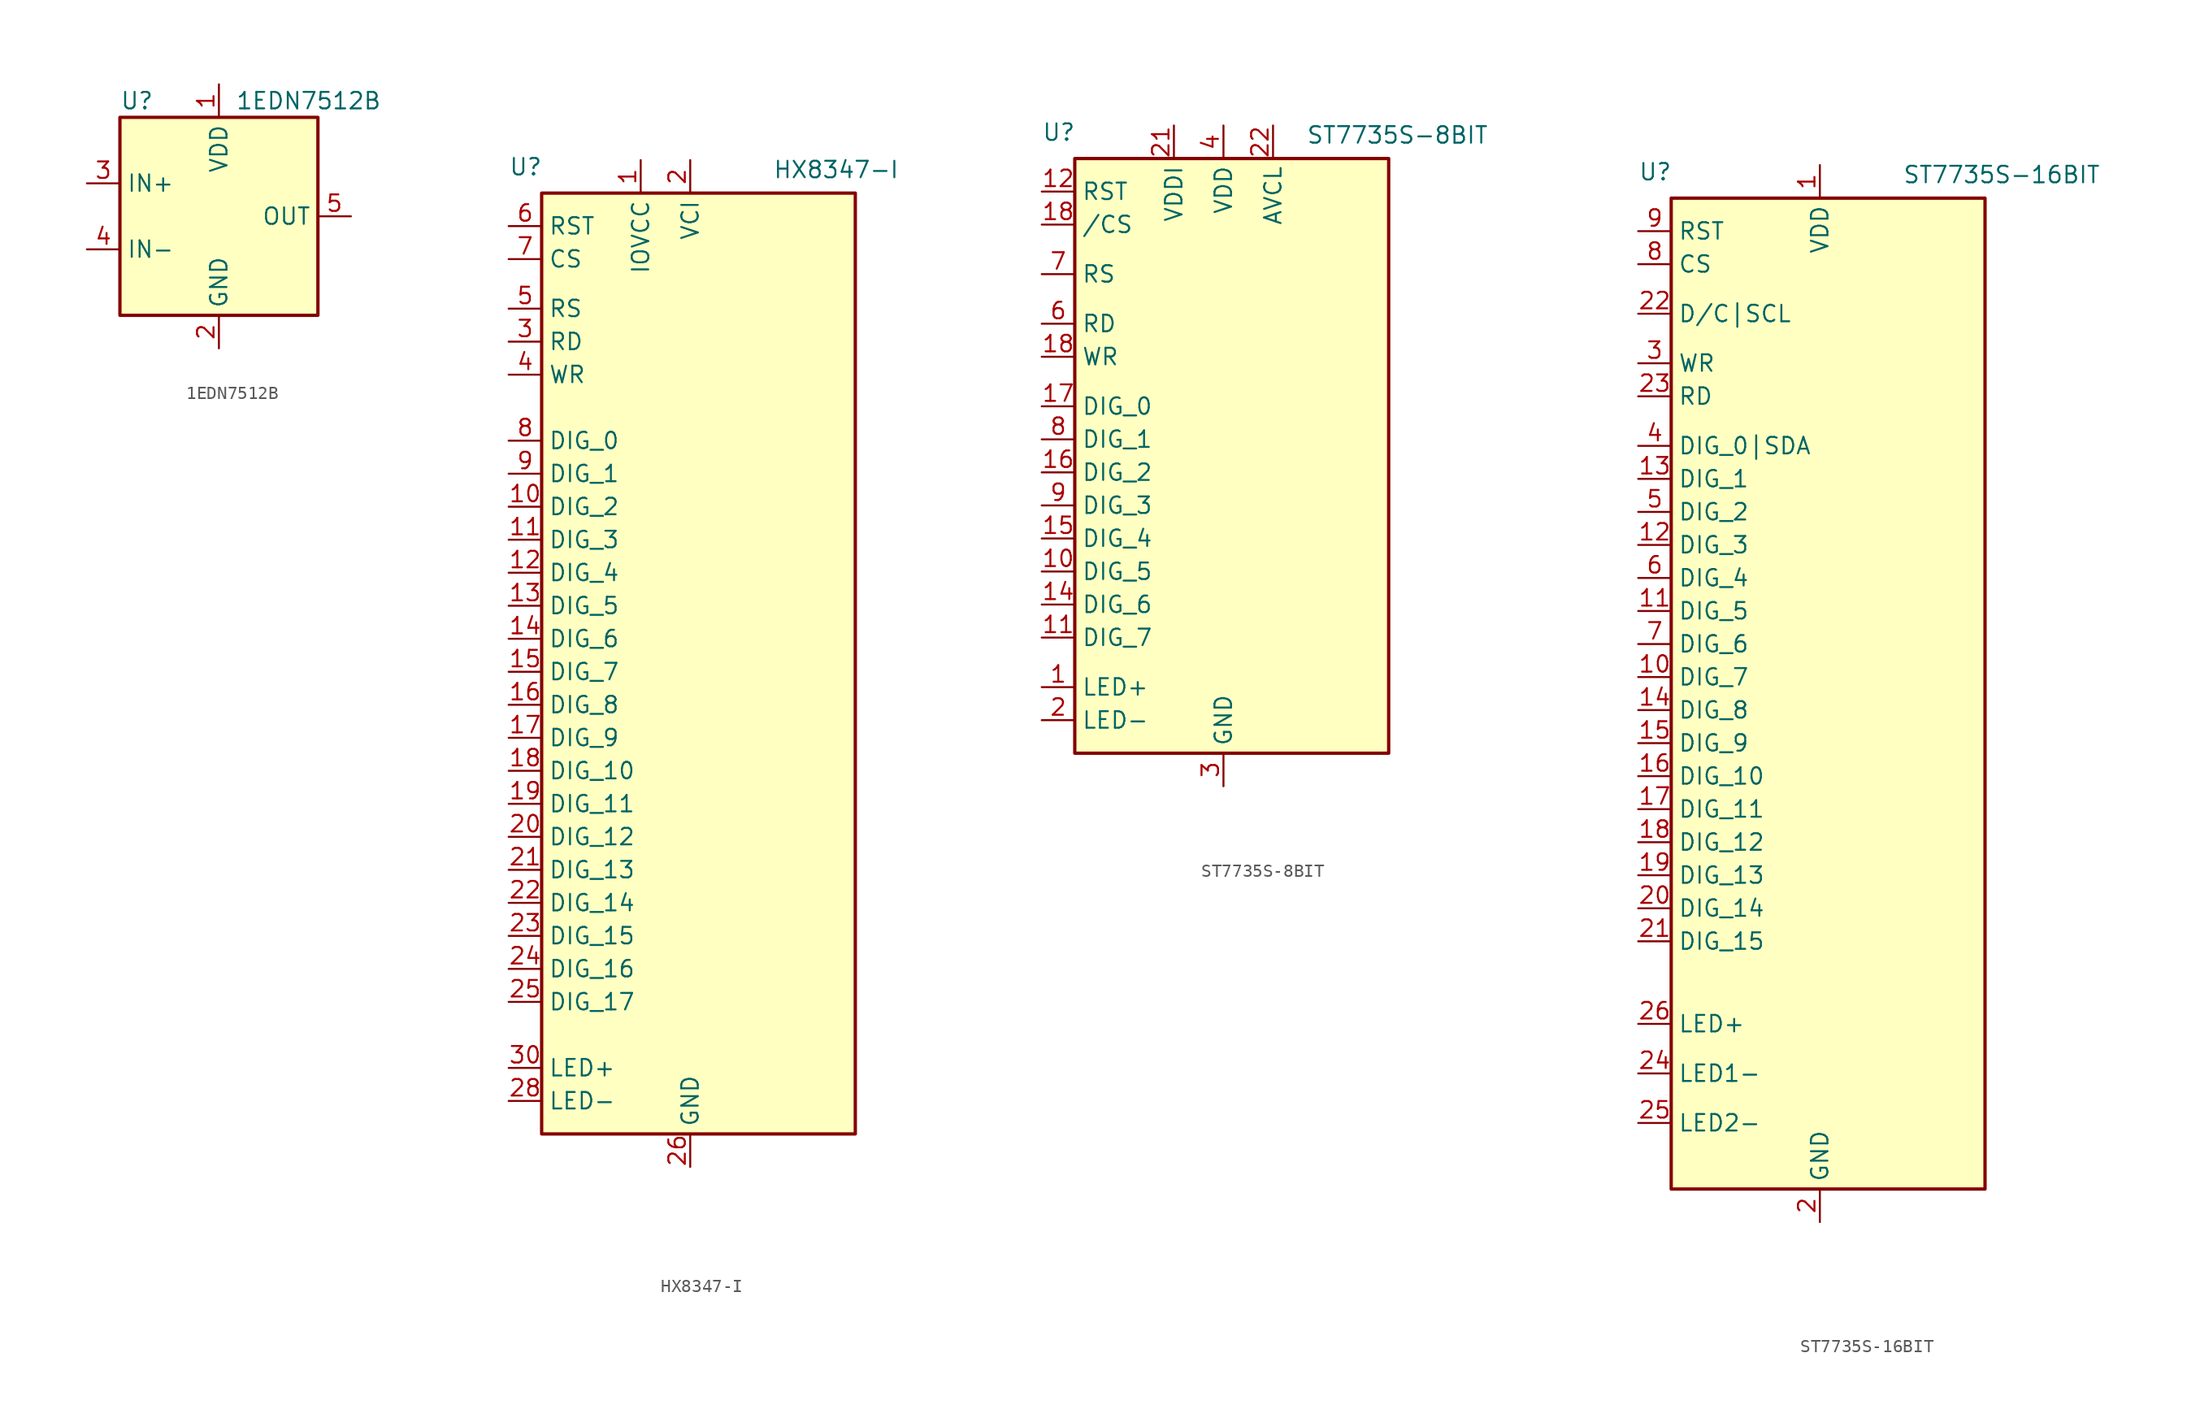
<source format=kicad_sym>
(kicad_symbol_lib
  (version 20241209)
  (generator "kicad_symbol_editor")
  (generator_version "9.0")
  (symbol "1EDN7512B"
    (property "Reference" "U"
      (at -7.62 8.89 0)
      (effects (font (size 1.27 1.27)) (justify left)))
    (property "Value" "1EDN7512B"
      (at 1.27 8.89 0)
      (effects (font (size 1.27 1.27)) (justify left)))
    (symbol "1EDN7512B_0_1"
      (rectangle (start -7.62 -7.62) (end 7.62 7.62) (stroke (width 0.254) (type default)) (fill (type background))))
    (symbol "1EDN7512B_1_1"
      (pin input line (at -10.16 2.54 0) (length 2.54) (name "IN+" (effects (font (size 1.27 1.27)))) (number "3" (effects (font (size 1.27 1.27)))))
      (pin input line (at -10.16 -2.54 0) (length 2.54) (name "IN-" (effects (font (size 1.27 1.27)))) (number "4" (effects (font (size 1.27 1.27)))))
      (pin power_in line (at 0 10.16 270) (length 2.54) (name "VDD" (effects (font (size 1.27 1.27)))) (number "1" (effects (font (size 1.27 1.27)))))
      (pin power_in line (at 0 -10.16 90) (length 2.54) (name "GND" (effects (font (size 1.27 1.27)))) (number "2" (effects (font (size 1.27 1.27)))))
      (pin output line (at 10.16 0 180) (length 2.54) (name "OUT" (effects (font (size 1.27 1.27)))) (number "5" (effects (font (size 1.27 1.27)))))))
  (symbol "HX8347-I"
    (property "Reference" "U"
      (at -13.97 24.13 0)
      (effects (font (size 1.27 1.27)) (justify left bottom)))
    (property "Value" "HX8347-I"
      (at 6.35 25.4 0)
      (effects (font (size 1.27 1.27)) (justify left top)))
    (symbol "HX8347-I_0_1"
      (rectangle (start -11.43 22.86) (end 12.7 -49.53) (stroke (width 0.254) (type default)) (fill (type background))))
    (symbol "HX8347-I_1_1"
      (pin input line (at -13.97 20.32 0) (length 2.54) (name "RST" (effects (font (size 1.27 1.27)))) (number "6" (effects (font (size 1.27 1.27)))))
      (pin input line (at -13.97 17.78 0) (length 2.54) (name "CS" (effects (font (size 1.27 1.27)))) (number "7" (effects (font (size 1.27 1.27)))))
      (pin input line (at -13.97 13.97 0) (length 2.54) (name "RS" (effects (font (size 1.27 1.27)))) (number "5" (effects (font (size 1.27 1.27)))))
      (pin input line (at -13.97 11.43 0) (length 2.54) (name "RD" (effects (font (size 1.27 1.27)))) (number "3" (effects (font (size 1.27 1.27)))))
      (pin input line (at -13.97 8.89 0) (length 2.54) (name "WR" (effects (font (size 1.27 1.27)))) (number "4" (effects (font (size 1.27 1.27)))))
      (pin input line (at -13.97 3.81 0) (length 2.54) (name "DIG_0" (effects (font (size 1.27 1.27)))) (number "8" (effects (font (size 1.27 1.27)))))
      (pin input line (at -13.97 1.27 0) (length 2.54) (name "DIG_1" (effects (font (size 1.27 1.27)))) (number "9" (effects (font (size 1.27 1.27)))))
      (pin input line (at -13.97 -1.27 0) (length 2.54) (name "DIG_2" (effects (font (size 1.27 1.27)))) (number "10" (effects (font (size 1.27 1.27)))))
      (pin input line (at -13.97 -3.81 0) (length 2.54) (name "DIG_3" (effects (font (size 1.27 1.27)))) (number "11" (effects (font (size 1.27 1.27)))))
      (pin input line (at -13.97 -6.35 0) (length 2.54) (name "DIG_4" (effects (font (size 1.27 1.27)))) (number "12" (effects (font (size 1.27 1.27)))))
      (pin input line (at -13.97 -8.89 0) (length 2.54) (name "DIG_5" (effects (font (size 1.27 1.27)))) (number "13" (effects (font (size 1.27 1.27)))))
      (pin input line (at -13.97 -11.43 0) (length 2.54) (name "DIG_6" (effects (font (size 1.27 1.27)))) (number "14" (effects (font (size 1.27 1.27)))))
      (pin input line (at -13.97 -13.97 0) (length 2.54) (name "DIG_7" (effects (font (size 1.27 1.27)))) (number "15" (effects (font (size 1.27 1.27)))))
      (pin input line (at -13.97 -16.51 0) (length 2.54) (name "DIG_8" (effects (font (size 1.27 1.27)))) (number "16" (effects (font (size 1.27 1.27)))))
      (pin input line (at -13.97 -19.05 0) (length 2.54) (name "DIG_9" (effects (font (size 1.27 1.27)))) (number "17" (effects (font (size 1.27 1.27)))))
      (pin input line (at -13.97 -21.59 0) (length 2.54) (name "DIG_10" (effects (font (size 1.27 1.27)))) (number "18" (effects (font (size 1.27 1.27)))))
      (pin input line (at -13.97 -24.13 0) (length 2.54) (name "DIG_11" (effects (font (size 1.27 1.27)))) (number "19" (effects (font (size 1.27 1.27)))))
      (pin input line (at -13.97 -26.67 0) (length 2.54) (name "DIG_12" (effects (font (size 1.27 1.27)))) (number "20" (effects (font (size 1.27 1.27)))))
      (pin input line (at -13.97 -29.21 0) (length 2.54) (name "DIG_13" (effects (font (size 1.27 1.27)))) (number "21" (effects (font (size 1.27 1.27)))))
      (pin input line (at -13.97 -31.75 0) (length 2.54) (name "DIG_14" (effects (font (size 1.27 1.27)))) (number "22" (effects (font (size 1.27 1.27)))))
      (pin input line (at -13.97 -34.29 0) (length 2.54) (name "DIG_15" (effects (font (size 1.27 1.27)))) (number "23" (effects (font (size 1.27 1.27)))))
      (pin input line (at -13.97 -36.83 0) (length 2.54) (name "DIG_16" (effects (font (size 1.27 1.27)))) (number "24" (effects (font (size 1.27 1.27)))))
      (pin input line (at -13.97 -39.37 0) (length 2.54) (name "DIG_17" (effects (font (size 1.27 1.27)))) (number "25" (effects (font (size 1.27 1.27)))))
      (pin input line (at -13.97 -44.45 0) (length 2.54) (name "LED+" (effects (font (size 1.27 1.27)))) (number "30" (effects (font (size 1.27 1.27)))))
      (pin input line (at -13.97 -46.99 0) (length 2.54) (name "LED-" (effects (font (size 1.27 1.27)))) (number "28" (effects (font (size 1.27 1.27)))))
      (pin power_in line (at -3.81 25.4 270) (length 2.54) (name "IOVCC" (effects (font (size 1.27 1.27)))) (number "1" (effects (font (size 1.27 1.27)))))
      (pin power_in line (at 0 25.4 270) (length 2.54) (name "VCI" (effects (font (size 1.27 1.27)))) (number "2" (effects (font (size 1.27 1.27)))))
      (pin passive line (at 0 -52.07 90) (length 2.54) (name "GND" (effects (font (size 1.27 1.27)))) (number "26" (effects (font (size 1.27 1.27)))))
      (pin no_connect line (at 15.24 -34.29 180) (length 2.54) (hide yes) (name "NC" (effects (font (size 1.27 1.27)))) (number "27" (effects (font (size 1.27 1.27)))))
      (pin no_connect line (at 15.24 -38.1 180) (length 2.54) (hide yes) (name "NC" (effects (font (size 1.27 1.27)))) (number "29" (effects (font (size 1.27 1.27)))))))
  (symbol "ST7735S-8BIT"
    (property "Reference" "U"
      (at -13.97 24.13 0)
      (effects (font (size 1.27 1.27)) (justify left bottom)))
    (property "Value" "ST7735S-8BIT"
      (at 6.35 25.4 0)
      (effects (font (size 1.27 1.27)) (justify left top)))
    (symbol "ST7735S-8BIT_0_1"
      (rectangle (start -11.43 22.86) (end 12.7 -22.86) (stroke (width 0.254) (type default)) (fill (type background))))
    (symbol "ST7735S-8BIT_1_1"
      (pin input line (at -13.97 20.32 0) (length 2.54) (name "RST" (effects (font (size 1.27 1.27)))) (number "12" (effects (font (size 1.27 1.27)))))
      (pin input line (at -13.97 17.78 0) (length 2.54) (name "/CS" (effects (font (size 1.27 1.27)))) (number "18" (effects (font (size 1.27 1.27)))))
      (pin input line (at -13.97 13.97 0) (length 2.54) (name "RS" (effects (font (size 1.27 1.27)))) (number "7" (effects (font (size 1.27 1.27)))))
      (pin input line (at -13.97 10.16 0) (length 2.54) (name "RD" (effects (font (size 1.27 1.27)))) (number "6" (effects (font (size 1.27 1.27)))))
      (pin input line (at -13.97 7.62 0) (length 2.54) (name "WR" (effects (font (size 1.27 1.27)))) (number "18" (effects (font (size 1.27 1.27)))))
      (pin input line (at -13.97 3.81 0) (length 2.54) (name "DIG_0" (effects (font (size 1.27 1.27)))) (number "17" (effects (font (size 1.27 1.27)))))
      (pin input line (at -13.97 1.27 0) (length 2.54) (name "DIG_1" (effects (font (size 1.27 1.27)))) (number "8" (effects (font (size 1.27 1.27)))))
      (pin input line (at -13.97 -1.27 0) (length 2.54) (name "DIG_2" (effects (font (size 1.27 1.27)))) (number "16" (effects (font (size 1.27 1.27)))))
      (pin input line (at -13.97 -3.81 0) (length 2.54) (name "DIG_3" (effects (font (size 1.27 1.27)))) (number "9" (effects (font (size 1.27 1.27)))))
      (pin input line (at -13.97 -6.35 0) (length 2.54) (name "DIG_4" (effects (font (size 1.27 1.27)))) (number "15" (effects (font (size 1.27 1.27)))))
      (pin input line (at -13.97 -8.89 0) (length 2.54) (name "DIG_5" (effects (font (size 1.27 1.27)))) (number "10" (effects (font (size 1.27 1.27)))))
      (pin input line (at -13.97 -11.43 0) (length 2.54) (name "DIG_6" (effects (font (size 1.27 1.27)))) (number "14" (effects (font (size 1.27 1.27)))))
      (pin input line (at -13.97 -13.97 0) (length 2.54) (name "DIG_7" (effects (font (size 1.27 1.27)))) (number "11" (effects (font (size 1.27 1.27)))))
      (pin input line (at -13.97 -17.78 0) (length 2.54) (name "LED+" (effects (font (size 1.27 1.27)))) (number "1" (effects (font (size 1.27 1.27)))))
      (pin input line (at -13.97 -20.32 0) (length 2.54) (name "LED-" (effects (font (size 1.27 1.27)))) (number "2" (effects (font (size 1.27 1.27)))))
      (pin power_in line (at -3.81 25.4 270) (length 2.54) (name "VDDI" (effects (font (size 1.27 1.27)))) (number "21" (effects (font (size 1.27 1.27)))))
      (pin power_in line (at 0 25.4 270) (length 2.54) (name "VDD" (effects (font (size 1.27 1.27)))) (number "4" (effects (font (size 1.27 1.27)))))
      (pin power_in line (at 0 25.4 270) (length 2.54) (hide yes) (name "VDD" (effects (font (size 1.27 1.27)))) (number "5" (effects (font (size 1.27 1.27)))))
      (pin power_in line (at 0 -25.4 90) (length 2.54) (hide yes) (name "GND" (effects (font (size 1.27 1.27)))) (number "19" (effects (font (size 1.27 1.27)))))
      (pin power_in line (at 0 -25.4 90) (length 2.54) (hide yes) (name "GND" (effects (font (size 1.27 1.27)))) (number "20" (effects (font (size 1.27 1.27)))))
      (pin power_in line (at 0 -25.4 90) (length 2.54) (name "GND" (effects (font (size 1.27 1.27)))) (number "3" (effects (font (size 1.27 1.27)))))
      (pin passive line (at 0 -25.4 90) (length 2.54) (hide yes) (name "GND" (effects (font (size 1.27 1.27)))) (number "9" (effects (font (size 1.27 1.27)))))
      (pin power_in line (at 3.81 25.4 270) (length 2.54) (name "AVCL" (effects (font (size 1.27 1.27)))) (number "22" (effects (font (size 1.27 1.27)))))))
  (symbol "ST7735S-16BIT"
    (property "Reference" "U"
      (at -13.97 24.13 0)
      (effects (font (size 1.27 1.27)) (justify left bottom)))
    (property "Value" "ST7735S-16BIT"
      (at 6.35 25.4 0)
      (effects (font (size 1.27 1.27)) (justify left top)))
    (symbol "ST7735S-16BIT_0_1"
      (rectangle (start -11.43 22.86) (end 12.7 -53.34) (stroke (width 0.254) (type default)) (fill (type background))))
    (symbol "ST7735S-16BIT_1_1"
      (pin input line (at -13.97 20.32 0) (length 2.54) (name "RST" (effects (font (size 1.27 1.27)))) (number "9" (effects (font (size 1.27 1.27)))))
      (pin input line (at -13.97 17.78 0) (length 2.54) (name "CS" (effects (font (size 1.27 1.27)))) (number "8" (effects (font (size 1.27 1.27)))))
      (pin input line (at -13.97 13.97 0) (length 2.54) (name "D/C|SCL" (effects (font (size 1.27 1.27)))) (number "22" (effects (font (size 1.27 1.27)))))
      (pin input line (at -13.97 10.16 0) (length 2.54) (name "WR" (effects (font (size 1.27 1.27)))) (number "3" (effects (font (size 1.27 1.27)))))
      (pin input line (at -13.97 7.62 0) (length 2.54) (name "RD" (effects (font (size 1.27 1.27)))) (number "23" (effects (font (size 1.27 1.27)))))
      (pin input line (at -13.97 3.81 0) (length 2.54) (name "DIG_0|SDA" (effects (font (size 1.27 1.27)))) (number "4" (effects (font (size 1.27 1.27)))))
      (pin input line (at -13.97 1.27 0) (length 2.54) (name "DIG_1" (effects (font (size 1.27 1.27)))) (number "13" (effects (font (size 1.27 1.27)))))
      (pin input line (at -13.97 -1.27 0) (length 2.54) (name "DIG_2" (effects (font (size 1.27 1.27)))) (number "5" (effects (font (size 1.27 1.27)))))
      (pin input line (at -13.97 -3.81 0) (length 2.54) (name "DIG_3" (effects (font (size 1.27 1.27)))) (number "12" (effects (font (size 1.27 1.27)))))
      (pin input line (at -13.97 -6.35 0) (length 2.54) (name "DIG_4" (effects (font (size 1.27 1.27)))) (number "6" (effects (font (size 1.27 1.27)))))
      (pin input line (at -13.97 -8.89 0) (length 2.54) (name "DIG_5" (effects (font (size 1.27 1.27)))) (number "11" (effects (font (size 1.27 1.27)))))
      (pin input line (at -13.97 -11.43 0) (length 2.54) (name "DIG_6" (effects (font (size 1.27 1.27)))) (number "7" (effects (font (size 1.27 1.27)))))
      (pin input line (at -13.97 -13.97 0) (length 2.54) (name "DIG_7" (effects (font (size 1.27 1.27)))) (number "10" (effects (font (size 1.27 1.27)))))
      (pin input line (at -13.97 -16.51 0) (length 2.54) (name "DIG_8" (effects (font (size 1.27 1.27)))) (number "14" (effects (font (size 1.27 1.27)))))
      (pin input line (at -13.97 -19.05 0) (length 2.54) (name "DIG_9" (effects (font (size 1.27 1.27)))) (number "15" (effects (font (size 1.27 1.27)))))
      (pin input line (at -13.97 -21.59 0) (length 2.54) (name "DIG_10" (effects (font (size 1.27 1.27)))) (number "16" (effects (font (size 1.27 1.27)))))
      (pin input line (at -13.97 -24.13 0) (length 2.54) (name "DIG_11" (effects (font (size 1.27 1.27)))) (number "17" (effects (font (size 1.27 1.27)))))
      (pin input line (at -13.97 -26.67 0) (length 2.54) (name "DIG_12" (effects (font (size 1.27 1.27)))) (number "18" (effects (font (size 1.27 1.27)))))
      (pin input line (at -13.97 -29.21 0) (length 2.54) (name "DIG_13" (effects (font (size 1.27 1.27)))) (number "19" (effects (font (size 1.27 1.27)))))
      (pin input line (at -13.97 -31.75 0) (length 2.54) (name "DIG_14" (effects (font (size 1.27 1.27)))) (number "20" (effects (font (size 1.27 1.27)))))
      (pin input line (at -13.97 -34.29 0) (length 2.54) (name "DIG_15" (effects (font (size 1.27 1.27)))) (number "21" (effects (font (size 1.27 1.27)))))
      (pin input line (at -13.97 -40.64 0) (length 2.54) (name "LED+" (effects (font (size 1.27 1.27)))) (number "26" (effects (font (size 1.27 1.27)))))
      (pin input line (at -13.97 -44.45 0) (length 2.54) (name "LED1-" (effects (font (size 1.27 1.27)))) (number "24" (effects (font (size 1.27 1.27)))))
      (pin input line (at -13.97 -48.26 0) (length 2.54) (name "LED2-" (effects (font (size 1.27 1.27)))) (number "25" (effects (font (size 1.27 1.27)))))
      (pin power_in line (at 0 25.4 270) (length 2.54) (name "VDD" (effects (font (size 1.27 1.27)))) (number "1" (effects (font (size 1.27 1.27)))))
      (pin power_in line (at 0 -55.88 90) (length 2.54) (name "GND" (effects (font (size 1.27 1.27)))) (number "2" (effects (font (size 1.27 1.27))))))))
</source>
